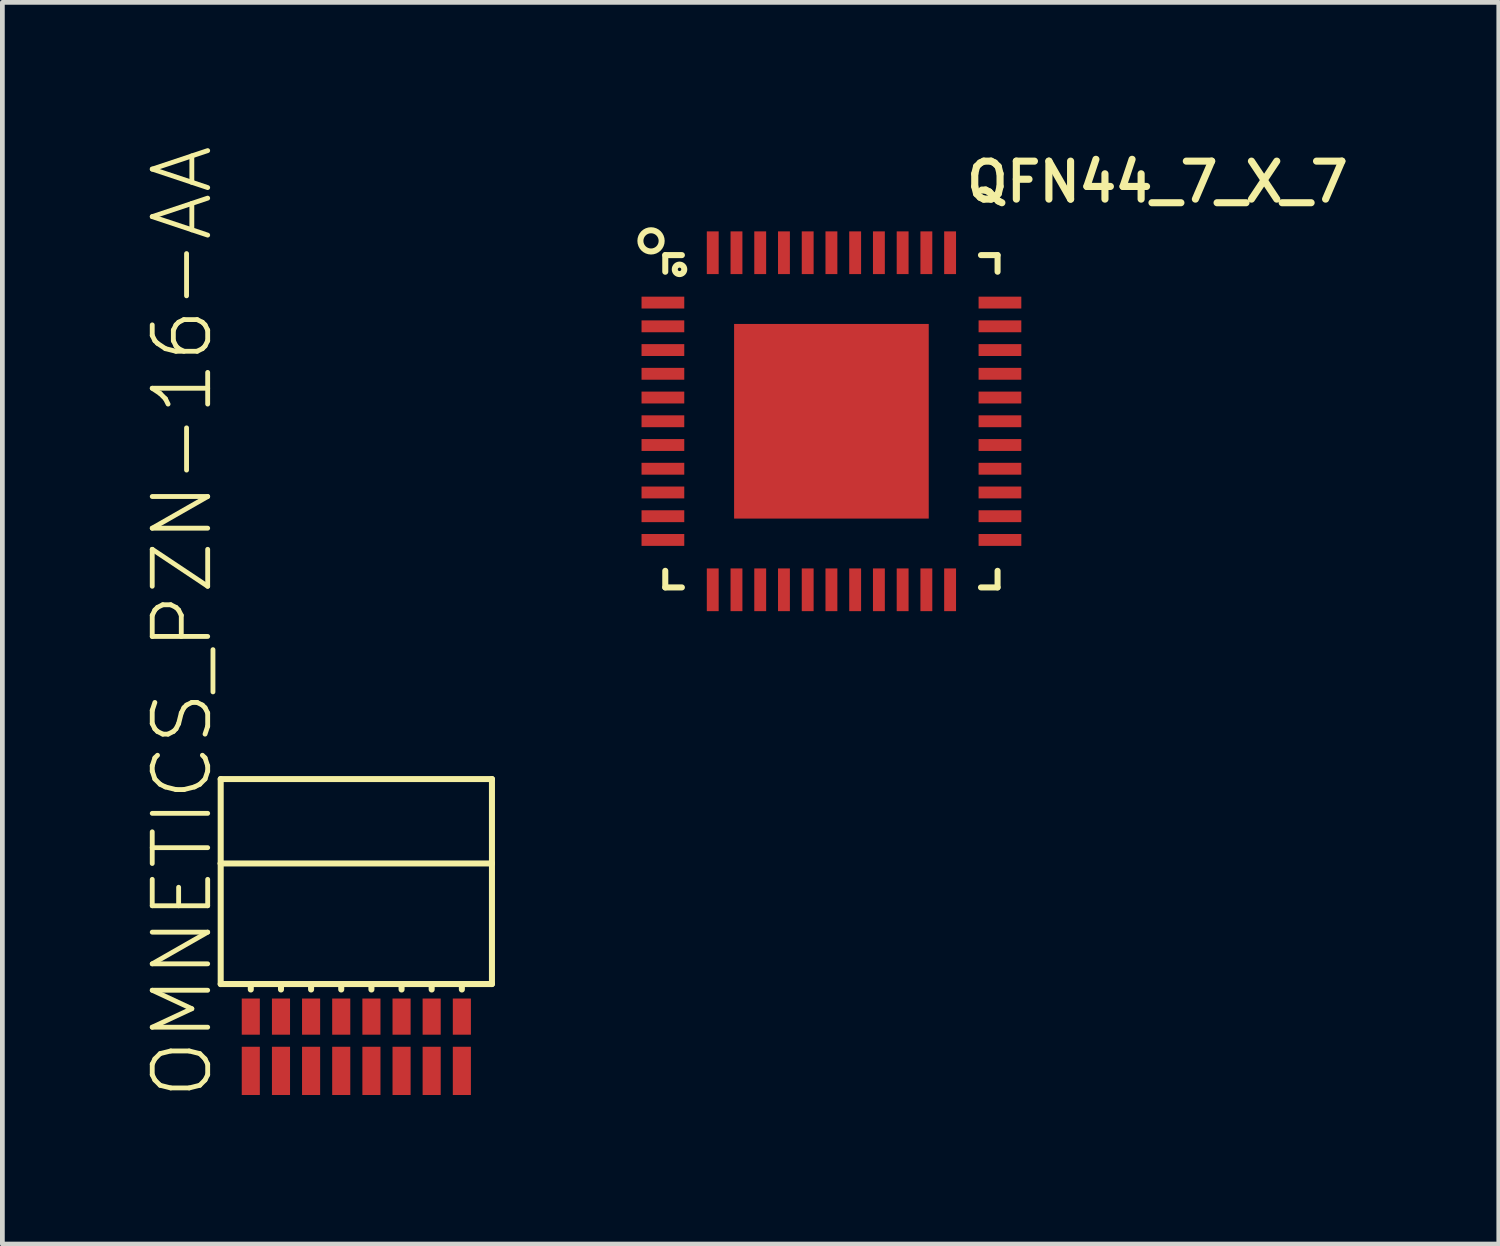
<source format=kicad_pcb>
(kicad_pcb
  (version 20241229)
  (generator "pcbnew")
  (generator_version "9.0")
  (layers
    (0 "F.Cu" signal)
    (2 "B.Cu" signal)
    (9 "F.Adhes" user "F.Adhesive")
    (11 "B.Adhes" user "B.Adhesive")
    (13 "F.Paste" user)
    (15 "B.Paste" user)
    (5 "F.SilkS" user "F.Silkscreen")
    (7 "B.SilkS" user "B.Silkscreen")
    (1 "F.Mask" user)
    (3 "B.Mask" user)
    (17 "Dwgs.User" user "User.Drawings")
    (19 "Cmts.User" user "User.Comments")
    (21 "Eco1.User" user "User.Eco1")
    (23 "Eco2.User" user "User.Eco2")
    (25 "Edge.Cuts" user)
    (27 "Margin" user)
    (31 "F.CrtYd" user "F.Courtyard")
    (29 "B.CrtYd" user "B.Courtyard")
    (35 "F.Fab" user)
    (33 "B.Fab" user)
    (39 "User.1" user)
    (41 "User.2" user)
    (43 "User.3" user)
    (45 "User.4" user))
  (footprint "QFN44_7_X_7"
    (layer "F.Cu")
    (at 14.464 5.824)
    (property "Reference" "QFN44_7_X_7" (at 2.768 -4.574 0) (unlocked yes) (layer "F.SilkS") (effects (font (size 0.8 0.8) (thickness 0.15) (bold yes)) (justify left bottom)))
    (fp_line (start -3.5 -3.5) (end -3.5 -3.15) (stroke (width 0.127) (type solid)) (layer "F.SilkS"))
    (fp_line (start -3.5 -3.5) (end -3.15 -3.5) (stroke (width 0.127) (type solid)) (layer "F.SilkS"))
    (fp_line (start -3.5 3.5) (end -3.5 3.15) (stroke (width 0.127) (type solid)) (layer "F.SilkS"))
    (fp_line (start -3.5 3.5) (end -3.15 3.5) (stroke (width 0.127) (type solid)) (layer "F.SilkS"))
    (fp_line (start 3.5 -3.5) (end 3.15 -3.5) (stroke (width 0.127) (type solid)) (layer "F.SilkS"))
    (fp_line (start 3.5 -3.5) (end 3.5 -3.15) (stroke (width 0.127) (type solid)) (layer "F.SilkS"))
    (fp_line (start 3.5 3.5) (end 3.15 3.5) (stroke (width 0.127) (type solid)) (layer "F.SilkS"))
    (fp_line (start 3.5 3.5) (end 3.5 3.15) (stroke (width 0.127) (type solid)) (layer "F.SilkS"))
    (fp_circle (center -3.8 -3.8) (end -3.576 -3.8) (stroke (width 0.127) (type solid)) (fill no) (layer "F.SilkS"))
    (fp_circle (center -3.2 -3.2) (end -3.1 -3.2) (stroke (width 0.127) (type solid)) (fill no) (layer "F.SilkS"))
    (pad "1" smd rect (at -3.55 -2.5) (size 0.9 0.25) (layers "F.Cu" "F.Mask" "F.Paste"))
    (pad "2" smd rect (at -3.55 -2) (size 0.9 0.25) (layers "F.Cu" "F.Mask" "F.Paste"))
    (pad "3" smd rect (at -3.55 -1.5) (size 0.9 0.25) (layers "F.Cu" "F.Mask" "F.Paste"))
    (pad "4" smd rect (at -3.55 -1) (size 0.9 0.25) (layers "F.Cu" "F.Mask" "F.Paste"))
    (pad "5" smd rect (at -3.55 -0.5) (size 0.9 0.25) (layers "F.Cu" "F.Mask" "F.Paste"))
    (pad "6" smd rect (at -3.55 0) (size 0.9 0.25) (layers "F.Cu" "F.Mask" "F.Paste"))
    (pad "7" smd rect (at -3.55 0.5) (size 0.9 0.25) (layers "F.Cu" "F.Mask" "F.Paste"))
    (pad "8" smd rect (at -3.55 1) (size 0.9 0.25) (layers "F.Cu" "F.Mask" "F.Paste"))
    (pad "9" smd rect (at -3.55 1.5) (size 0.9 0.25) (layers "F.Cu" "F.Mask" "F.Paste"))
    (pad "10" smd rect (at -3.55 2) (size 0.9 0.25) (layers "F.Cu" "F.Mask" "F.Paste"))
    (pad "11" smd rect (at -3.55 2.5) (size 0.9 0.25) (layers "F.Cu" "F.Mask" "F.Paste"))
    (pad "12" smd rect (at -2.5 3.55 90) (size 0.9 0.25) (layers "F.Cu" "F.Mask" "F.Paste"))
    (pad "13" smd rect (at -2 3.55 90) (size 0.9 0.25) (layers "F.Cu" "F.Mask" "F.Paste"))
    (pad "14" smd rect (at -1.5 3.55 90) (size 0.9 0.25) (layers "F.Cu" "F.Mask" "F.Paste"))
    (pad "15" smd rect (at -1 3.55 90) (size 0.9 0.25) (layers "F.Cu" "F.Mask" "F.Paste"))
    (pad "16" smd rect (at -0.5 3.55 90) (size 0.9 0.25) (layers "F.Cu" "F.Mask" "F.Paste"))
    (pad "17" smd rect (at 0 3.55 90) (size 0.9 0.25) (layers "F.Cu" "F.Mask" "F.Paste"))
    (pad "18" smd rect (at 0.5 3.55 90) (size 0.9 0.25) (layers "F.Cu" "F.Mask" "F.Paste"))
    (pad "19" smd rect (at 1 3.55 90) (size 0.9 0.25) (layers "F.Cu" "F.Mask" "F.Paste"))
    (pad "20" smd rect (at 1.5 3.55 90) (size 0.9 0.25) (layers "F.Cu" "F.Mask" "F.Paste"))
    (pad "21" smd rect (at 2 3.55 90) (size 0.9 0.25) (layers "F.Cu" "F.Mask" "F.Paste"))
    (pad "22" smd rect (at 2.5 3.55 90) (size 0.9 0.25) (layers "F.Cu" "F.Mask" "F.Paste"))
    (pad "23" smd rect (at 3.55 2.5 180) (size 0.9 0.25) (layers "F.Cu" "F.Mask" "F.Paste"))
    (pad "24" smd rect (at 3.55 2 180) (size 0.9 0.25) (layers "F.Cu" "F.Mask" "F.Paste"))
    (pad "25" smd rect (at 3.55 1.5 180) (size 0.9 0.25) (layers "F.Cu" "F.Mask" "F.Paste"))
    (pad "26" smd rect (at 3.55 1 180) (size 0.9 0.25) (layers "F.Cu" "F.Mask" "F.Paste"))
    (pad "27" smd rect (at 3.55 0.5 180) (size 0.9 0.25) (layers "F.Cu" "F.Mask" "F.Paste"))
    (pad "28" smd rect (at 3.55 0 180) (size 0.9 0.25) (layers "F.Cu" "F.Mask" "F.Paste"))
    (pad "29" smd rect (at 3.55 -0.5 180) (size 0.9 0.25) (layers "F.Cu" "F.Mask" "F.Paste"))
    (pad "30" smd rect (at 3.55 -1 180) (size 0.9 0.25) (layers "F.Cu" "F.Mask" "F.Paste"))
    (pad "31" smd rect (at 3.55 -1.5 180) (size 0.9 0.25) (layers "F.Cu" "F.Mask" "F.Paste"))
    (pad "32" smd rect (at 3.55 -2 180) (size 0.9 0.25) (layers "F.Cu" "F.Mask" "F.Paste"))
    (pad "33" smd rect (at 3.55 -2.5 180) (size 0.9 0.25) (layers "F.Cu" "F.Mask" "F.Paste"))
    (pad "34" smd rect (at 2.5 -3.55 270) (size 0.9 0.25) (layers "F.Cu" "F.Mask" "F.Paste"))
    (pad "35" smd rect (at 2 -3.55 270) (size 0.9 0.25) (layers "F.Cu" "F.Mask" "F.Paste"))
    (pad "36" smd rect (at 1.5 -3.55 270) (size 0.9 0.25) (layers "F.Cu" "F.Mask" "F.Paste"))
    (pad "37" smd rect (at 1 -3.55 270) (size 0.9 0.25) (layers "F.Cu" "F.Mask" "F.Paste"))
    (pad "38" smd rect (at 0.5 -3.55 270) (size 0.9 0.25) (layers "F.Cu" "F.Mask" "F.Paste"))
    (pad "39" smd rect (at 0 -3.55 270) (size 0.9 0.25) (layers "F.Cu" "F.Mask" "F.Paste"))
    (pad "40" smd rect (at -0.5 -3.55 270) (size 0.9 0.25) (layers "F.Cu" "F.Mask" "F.Paste"))
    (pad "41" smd rect (at -1 -3.55 270) (size 0.9 0.25) (layers "F.Cu" "F.Mask" "F.Paste"))
    (pad "42" smd rect (at -1.5 -3.55 270) (size 0.9 0.25) (layers "F.Cu" "F.Mask" "F.Paste"))
    (pad "43" smd rect (at -2 -3.55 270) (size 0.9 0.25) (layers "F.Cu" "F.Mask" "F.Paste"))
    (pad "44" smd rect (at -2.5 -3.55 270) (size 0.9 0.25) (layers "F.Cu" "F.Mask" "F.Paste"))
    (pad "CENTER" smd rect (at 0 0) (size 4.1 4.1) (layers "F.Cu" "F.Mask" "F.Paste"))
    (zone (net_name "") (layers "F.Cu" "B.Cu") (hatch edge 0.5) (connect_pads) (min_thickness 0.25) (filled_areas_thickness no) (keepout (tracks allowed) (vias not_allowed) (pads allowed) (copperpour allowed) (footprints allowed)) (placement (enabled no)) (fill) (polygon (pts (xy 11.714 8.574) (xy 17.214 8.574) (xy 17.214 3.074) (xy 11.714 3.074)))))
  (footprint "OMNETICS_PZN-16-AA"
    (layer "F.Cu")
    (at 4.456 17.349)
    (property "Reference" "OMNETICS_PZN-16-AA" (at -2.983 2.808 90) (unlocked yes) (layer "F.SilkS") (effects (font (size 1.168 1.168) (thickness 0.102)) (justify left bottom)))
    (fp_line (start -2.857 -3.988) (end 2.857 -3.988) (stroke (width 0.127) (type solid)) (layer "F.SilkS"))
    (fp_line (start -2.857 -2.21) (end -2.857 -3.988) (stroke (width 0.127) (type solid)) (layer "F.SilkS"))
    (fp_line (start -2.857 -2.21) (end 2.857 -2.21) (stroke (width 0.127) (type solid)) (layer "F.SilkS"))
    (fp_line (start -2.857 0.33) (end -2.857 -2.21) (stroke (width 0.127) (type solid)) (layer "F.SilkS"))
    (fp_line (start -2.857 0.33) (end -2.223 0.33) (stroke (width 0.127) (type solid)) (layer "F.SilkS"))
    (fp_line (start -2.223 0.33) (end -2.223 0.445) (stroke (width 0.127) (type solid)) (layer "F.SilkS"))
    (fp_line (start -2.223 0.33) (end -1.587 0.33) (stroke (width 0.127) (type solid)) (layer "F.SilkS"))
    (fp_line (start -1.587 0.33) (end -1.587 0.445) (stroke (width 0.127) (type solid)) (layer "F.SilkS"))
    (fp_line (start -1.587 0.33) (end -0.953 0.33) (stroke (width 0.127) (type solid)) (layer "F.SilkS"))
    (fp_line (start -0.953 0.33) (end -0.953 0.445) (stroke (width 0.127) (type solid)) (layer "F.SilkS"))
    (fp_line (start -0.953 0.33) (end -0.318 0.33) (stroke (width 0.127) (type solid)) (layer "F.SilkS"))
    (fp_line (start -0.318 0.33) (end -0.318 0.445) (stroke (width 0.127) (type solid)) (layer "F.SilkS"))
    (fp_line (start -0.318 0.33) (end 0.318 0.33) (stroke (width 0.127) (type solid)) (layer "F.SilkS"))
    (fp_line (start 0.318 0.33) (end 0.318 0.445) (stroke (width 0.127) (type solid)) (layer "F.SilkS"))
    (fp_line (start 0.318 0.33) (end 0.953 0.33) (stroke (width 0.127) (type solid)) (layer "F.SilkS"))
    (fp_line (start 0.953 0.33) (end 0.953 0.445) (stroke (width 0.127) (type solid)) (layer "F.SilkS"))
    (fp_line (start 0.953 0.33) (end 1.587 0.33) (stroke (width 0.127) (type solid)) (layer "F.SilkS"))
    (fp_line (start 1.587 0.33) (end 1.587 0.445) (stroke (width 0.127) (type solid)) (layer "F.SilkS"))
    (fp_line (start 1.587 0.33) (end 2.223 0.33) (stroke (width 0.127) (type solid)) (layer "F.SilkS"))
    (fp_line (start 2.223 0.33) (end 2.223 0.445) (stroke (width 0.127) (type solid)) (layer "F.SilkS"))
    (fp_line (start 2.223 0.33) (end 2.857 0.33) (stroke (width 0.127) (type solid)) (layer "F.SilkS"))
    (fp_line (start 2.857 -3.988) (end 2.857 -2.21) (stroke (width 0.127) (type solid)) (layer "F.SilkS"))
    (fp_line (start 2.857 -2.21) (end 2.857 0.33) (stroke (width 0.127) (type solid)) (layer "F.SilkS"))
    (pad "B1" smd rect (at 2.223 1.016 180) (size 0.381 0.762) (layers "F.Cu" "F.Mask" "F.Paste"))
    (pad "B2" smd rect (at 1.587 1.016 180) (size 0.381 0.762) (layers "F.Cu" "F.Mask" "F.Paste"))
    (pad "B3" smd rect (at 0.953 1.016 180) (size 0.381 0.762) (layers "F.Cu" "F.Mask" "F.Paste"))
    (pad "B4" smd rect (at 0.318 1.016 180) (size 0.381 0.762) (layers "F.Cu" "F.Mask" "F.Paste"))
    (pad "B5" smd rect (at -0.318 1.016 180) (size 0.381 0.762) (layers "F.Cu" "F.Mask" "F.Paste"))
    (pad "B6" smd rect (at -0.953 1.016 180) (size 0.381 0.762) (layers "F.Cu" "F.Mask" "F.Paste"))
    (pad "B7" smd rect (at -1.587 1.016 180) (size 0.381 0.762) (layers "F.Cu" "F.Mask" "F.Paste"))
    (pad "B8" smd rect (at -2.223 1.016 180) (size 0.381 0.762) (layers "F.Cu" "F.Mask" "F.Paste"))
    (pad "T1" smd rect (at 2.223 2.159 180) (size 0.381 1.016) (layers "F.Cu" "F.Mask" "F.Paste"))
    (pad "T2" smd rect (at 1.587 2.159 180) (size 0.381 1.016) (layers "F.Cu" "F.Mask" "F.Paste"))
    (pad "T3" smd rect (at 0.953 2.159 180) (size 0.381 1.016) (layers "F.Cu" "F.Mask" "F.Paste"))
    (pad "T4" smd rect (at 0.318 2.159 180) (size 0.381 1.016) (layers "F.Cu" "F.Mask" "F.Paste"))
    (pad "T5" smd rect (at -0.318 2.159 180) (size 0.381 1.016) (layers "F.Cu" "F.Mask" "F.Paste"))
    (pad "T6" smd rect (at -0.953 2.159 180) (size 0.381 1.016) (layers "F.Cu" "F.Mask" "F.Paste"))
    (pad "T7" smd rect (at -1.587 2.159 180) (size 0.381 1.016) (layers "F.Cu" "F.Mask" "F.Paste"))
    (pad "T8" smd rect (at -2.223 2.159 180) (size 0.381 1.016) (layers "F.Cu" "F.Mask" "F.Paste")))
  (gr_rect
    (start -3 -3)
    (end 28.522 23.156)
    (stroke (width 0.1) (type default))
    (fill no)
    (layer "Edge.Cuts")))
</source>
